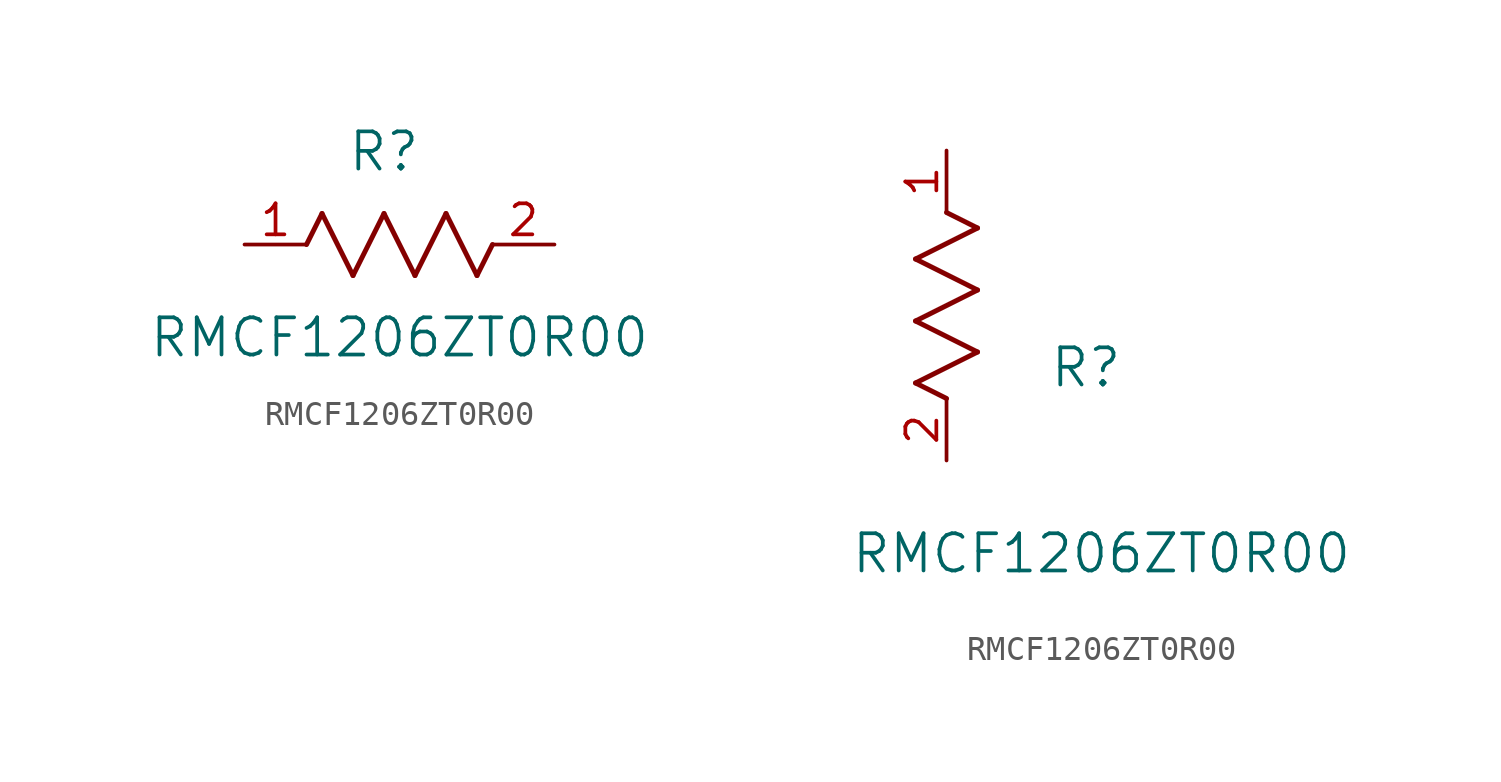
<source format=kicad_sym>
(kicad_symbol_lib
  (version 20211014)
  (generator kicad_symbol_editor)
  (symbol "RMCF1206ZT0R00"
    (pin_names
      (offset 0.254))
    (property "Reference" "R"
      (at 5.715 3.81 0)
      (effects (font (size 1.524 1.524))))
    (property "Value" "RMCF1206ZT0R00"
      (at 6.35 -3.81 0)
      (effects (font (size 1.524 1.524))))
    (symbol "RMCF1206ZT0R00_1_1"
      (polyline (pts (xy 3.175 1.27) (xy 4.445 -1.27)) (stroke (width 0.203) (type default) (color 0 0 0 0)) (fill (type none)))
      (polyline (pts (xy 4.445 -1.27) (xy 5.715 1.27)) (stroke (width 0.203) (type default) (color 0 0 0 0)) (fill (type none)))
      (polyline (pts (xy 5.715 1.27) (xy 6.985 -1.27)) (stroke (width 0.203) (type default) (color 0 0 0 0)) (fill (type none)))
      (polyline (pts (xy 6.985 -1.27) (xy 8.255 1.27)) (stroke (width 0.203) (type default) (color 0 0 0 0)) (fill (type none)))
      (polyline (pts (xy 8.255 1.27) (xy 9.525 -1.27)) (stroke (width 0.203) (type default) (color 0 0 0 0)) (fill (type none)))
      (polyline (pts (xy 2.54 0) (xy 3.175 1.27)) (stroke (width 0.203) (type default) (color 0 0 0 0)) (fill (type none)))
      (polyline (pts (xy 9.525 -1.27) (xy 10.16 0)) (stroke (width 0.203) (type default) (color 0 0 0 0)) (fill (type none)))
      (pin unspecified line (at 0 0 0) (length 2.54) (name "" (effects (font (size 1.27 1.27)))) (number "1" (effects (font (size 1.27 1.27)))))
      (pin unspecified line (at 12.7 0 180) (length 2.54) (name "" (effects (font (size 1.27 1.27)))) (number "2" (effects (font (size 1.27 1.27))))))
    (symbol "RMCF1206ZT0R00_1_2"
      (polyline (pts (xy 0 2.54) (xy -1.27 3.175)) (stroke (width 0.203) (type default) (color 0 0 0 0)) (fill (type none)))
      (polyline (pts (xy -1.27 3.175) (xy 1.27 4.445)) (stroke (width 0.203) (type default) (color 0 0 0 0)) (fill (type none)))
      (polyline (pts (xy 1.27 4.445) (xy -1.27 5.715)) (stroke (width 0.203) (type default) (color 0 0 0 0)) (fill (type none)))
      (polyline (pts (xy -1.27 5.715) (xy 1.27 6.985)) (stroke (width 0.203) (type default) (color 0 0 0 0)) (fill (type none)))
      (polyline (pts (xy -1.27 8.255) (xy 1.27 9.525)) (stroke (width 0.203) (type default) (color 0 0 0 0)) (fill (type none)))
      (polyline (pts (xy 1.27 9.525) (xy 0 10.16)) (stroke (width 0.203) (type default) (color 0 0 0 0)) (fill (type none)))
      (polyline (pts (xy 1.27 6.985) (xy -1.27 8.255)) (stroke (width 0.203) (type default) (color 0 0 0 0)) (fill (type none)))
      (pin unspecified line (at 0 12.7 270) (length 2.54) (name "" (effects (font (size 1.27 1.27)))) (number "1" (effects (font (size 1.27 1.27)))))
      (pin unspecified line (at 0 0 90) (length 2.54) (name "" (effects (font (size 1.27 1.27)))) (number "2" (effects (font (size 1.27 1.27))))))))
</source>
